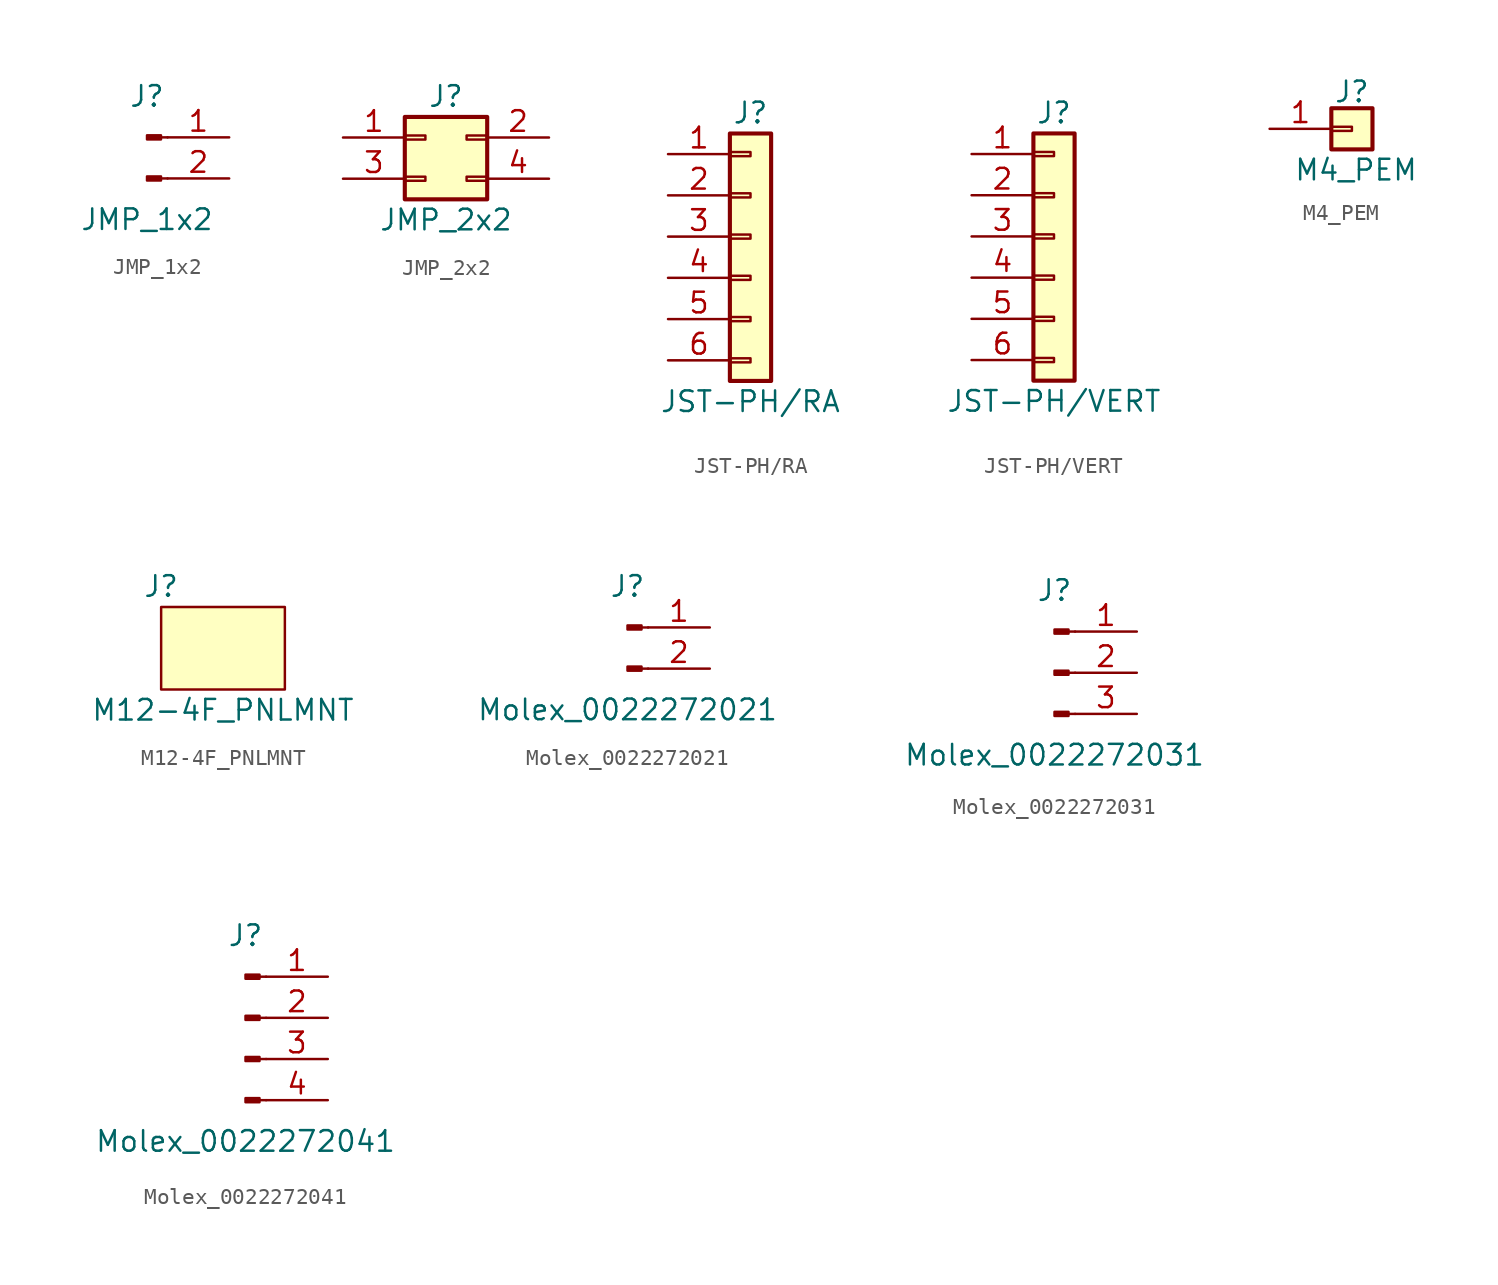
<source format=kicad_sym>
(kicad_symbol_lib
  (version 20231120)
  (generator "kicad_symbol_editor")
  (generator_version "8.0")
  (symbol "JMP_1x2"
    (pin_names
      (offset 1.016) hide)
    (property "Reference" "J"
      (at 0 2.54 0)
      (effects (font (size 1.27 1.27))))
    (property "Value" "JMP_1x2"
      (at 0 -5.08 0)
      (effects (font (size 1.27 1.27))))
    (symbol "JMP_1x2_1_1"
      (polyline (pts (xy 1.27 -2.54) (xy 0.864 -2.54)) (stroke (width 0.152) (type default)) (fill (type none)))
      (polyline (pts (xy 1.27 0) (xy 0.864 0)) (stroke (width 0.152) (type default)) (fill (type none)))
      (rectangle (start 0.864 -2.413) (end 0 -2.667) (stroke (width 0.152) (type default)) (fill (type outline)))
      (rectangle (start 0.864 0.127) (end 0 -0.127) (stroke (width 0.152) (type default)) (fill (type outline)))
      (pin passive line (at 5.08 0 180) (length 3.81) (name "Pin_1" (effects (font (size 1.27 1.27)))) (number "1" (effects (font (size 1.27 1.27)))))
      (pin passive line (at 5.08 -2.54 180) (length 3.81) (name "Pin_2" (effects (font (size 1.27 1.27)))) (number "2" (effects (font (size 1.27 1.27)))))))
  (symbol "JMP_2x2"
    (pin_names
      (offset 1.016) hide)
    (property "Reference" "J"
      (at 1.27 2.54 0)
      (effects (font (size 1.27 1.27))))
    (property "Value" "JMP_2x2"
      (at 1.27 -5.08 0)
      (effects (font (size 1.27 1.27))))
    (symbol "JMP_2x2_1_1"
      (rectangle (start -1.27 -2.413) (end 0 -2.667) (stroke (width 0.152) (type default)) (fill (type none)))
      (rectangle (start -1.27 0.127) (end 0 -0.127) (stroke (width 0.152) (type default)) (fill (type none)))
      (rectangle (start -1.27 1.27) (end 3.81 -3.81) (stroke (width 0.254) (type default)) (fill (type background)))
      (rectangle (start 3.81 -2.413) (end 2.54 -2.667) (stroke (width 0.152) (type default)) (fill (type none)))
      (rectangle (start 3.81 0.127) (end 2.54 -0.127) (stroke (width 0.152) (type default)) (fill (type none)))
      (pin passive line (at -5.08 0 0) (length 3.81) (name "Pin_1" (effects (font (size 1.27 1.27)))) (number "1" (effects (font (size 1.27 1.27)))))
      (pin passive line (at 7.62 0 180) (length 3.81) (name "Pin_2" (effects (font (size 1.27 1.27)))) (number "2" (effects (font (size 1.27 1.27)))))
      (pin passive line (at -5.08 -2.54 0) (length 3.81) (name "Pin_3" (effects (font (size 1.27 1.27)))) (number "3" (effects (font (size 1.27 1.27)))))
      (pin passive line (at 7.62 -2.54 180) (length 3.81) (name "Pin_4" (effects (font (size 1.27 1.27)))) (number "4" (effects (font (size 1.27 1.27)))))))
  (symbol "JST-PH/RA"
    (pin_names
      (offset 1.016) hide)
    (property "Reference" "J"
      (at 0 7.62 0)
      (effects (font (size 1.27 1.27))))
    (property "Value" "JST-PH{slash}RA"
      (at 0 -10.16 0)
      (effects (font (size 1.27 1.27))))
    (symbol "JST-PH/RA_1_1"
      (rectangle (start -1.27 -7.493) (end 0 -7.747) (stroke (width 0.152) (type default)) (fill (type none)))
      (rectangle (start -1.27 -4.953) (end 0 -5.207) (stroke (width 0.152) (type default)) (fill (type none)))
      (rectangle (start -1.27 -2.413) (end 0 -2.667) (stroke (width 0.152) (type default)) (fill (type none)))
      (rectangle (start -1.27 0.127) (end 0 -0.127) (stroke (width 0.152) (type default)) (fill (type none)))
      (rectangle (start -1.27 2.667) (end 0 2.413) (stroke (width 0.152) (type default)) (fill (type none)))
      (rectangle (start -1.27 5.207) (end 0 4.953) (stroke (width 0.152) (type default)) (fill (type none)))
      (rectangle (start -1.27 6.35) (end 1.27 -8.89) (stroke (width 0.254) (type default)) (fill (type background)))
      (pin passive line (at -5.08 5.08 0) (length 3.81) (name "Pin_1" (effects (font (size 1.27 1.27)))) (number "1" (effects (font (size 1.27 1.27)))))
      (pin passive line (at -5.08 2.54 0) (length 3.81) (name "Pin_2" (effects (font (size 1.27 1.27)))) (number "2" (effects (font (size 1.27 1.27)))))
      (pin passive line (at -5.08 0 0) (length 3.81) (name "Pin_3" (effects (font (size 1.27 1.27)))) (number "3" (effects (font (size 1.27 1.27)))))
      (pin passive line (at -5.08 -2.54 0) (length 3.81) (name "Pin_4" (effects (font (size 1.27 1.27)))) (number "4" (effects (font (size 1.27 1.27)))))
      (pin passive line (at -5.08 -5.08 0) (length 3.81) (name "Pin_5" (effects (font (size 1.27 1.27)))) (number "5" (effects (font (size 1.27 1.27)))))
      (pin passive line (at -5.08 -7.62 0) (length 3.81) (name "Pin_6" (effects (font (size 1.27 1.27)))) (number "6" (effects (font (size 1.27 1.27)))))))
  (symbol "JST-PH/VERT"
    (pin_names
      (offset 1.016) hide)
    (property "Reference" "J"
      (at 0 7.62 0)
      (effects (font (size 1.27 1.27))))
    (property "Value" "JST-PH{slash}VERT"
      (at 0 -10.16 0)
      (effects (font (size 1.27 1.27))))
    (symbol "JST-PH/VERT_1_1"
      (rectangle (start -1.27 -7.493) (end 0 -7.747) (stroke (width 0.152) (type default)) (fill (type none)))
      (rectangle (start -1.27 -4.953) (end 0 -5.207) (stroke (width 0.152) (type default)) (fill (type none)))
      (rectangle (start -1.27 -2.413) (end 0 -2.667) (stroke (width 0.152) (type default)) (fill (type none)))
      (rectangle (start -1.27 0.127) (end 0 -0.127) (stroke (width 0.152) (type default)) (fill (type none)))
      (rectangle (start -1.27 2.667) (end 0 2.413) (stroke (width 0.152) (type default)) (fill (type none)))
      (rectangle (start -1.27 5.207) (end 0 4.953) (stroke (width 0.152) (type default)) (fill (type none)))
      (rectangle (start -1.27 6.35) (end 1.27 -8.89) (stroke (width 0.254) (type default)) (fill (type background)))
      (pin passive line (at -5.08 5.08 0) (length 3.81) (name "Pin_1" (effects (font (size 1.27 1.27)))) (number "1" (effects (font (size 1.27 1.27)))))
      (pin passive line (at -5.08 2.54 0) (length 3.81) (name "Pin_2" (effects (font (size 1.27 1.27)))) (number "2" (effects (font (size 1.27 1.27)))))
      (pin passive line (at -5.08 0 0) (length 3.81) (name "Pin_3" (effects (font (size 1.27 1.27)))) (number "3" (effects (font (size 1.27 1.27)))))
      (pin passive line (at -5.08 -2.54 0) (length 3.81) (name "Pin_4" (effects (font (size 1.27 1.27)))) (number "4" (effects (font (size 1.27 1.27)))))
      (pin passive line (at -5.08 -5.08 0) (length 3.81) (name "Pin_5" (effects (font (size 1.27 1.27)))) (number "5" (effects (font (size 1.27 1.27)))))
      (pin passive line (at -5.08 -7.62 0) (length 3.81) (name "Pin_6" (effects (font (size 1.27 1.27)))) (number "6" (effects (font (size 1.27 1.27)))))))
  (symbol "M4_PEM"
    (pin_names
      (offset 1.016) hide)
    (property "Reference" "J"
      (at 0 2.286 0)
      (effects (font (size 1.27 1.27))))
    (property "Value" "M4_PEM"
      (at 0.254 -2.54 0)
      (effects (font (size 1.27 1.27))))
    (symbol "M4_PEM_1_1"
      (rectangle (start -1.27 0.127) (end 0 -0.127) (stroke (width 0.152) (type default)) (fill (type none)))
      (rectangle (start -1.27 1.27) (end 1.27 -1.27) (stroke (width 0.254) (type default)) (fill (type background)))
      (pin passive line (at -5.08 0 0) (length 3.81) (name "Pin_1" (effects (font (size 1.27 1.27)))) (number "1" (effects (font (size 1.27 1.27)))))))
  (symbol "M12-4F_PNLMNT"
    (property "Reference" "J"
      (at -3.81 3.81 0)
      (effects (font (size 1.27 1.27))))
    (property "Value" "M12-4F_PNLMNT"
      (at 0 -3.81 0)
      (effects (font (size 1.27 1.27))))
    (symbol "M12-4F_PNLMNT_0_1"
      (rectangle (start -3.81 2.54) (end 3.81 -2.54) (stroke (width 0) (type default)) (fill (type background)))))
  (symbol "Molex_0022272021"
    (pin_names
      (offset 1.016) hide)
    (property "Reference" "J"
      (at 0 2.54 0)
      (effects (font (size 1.27 1.27))))
    (property "Value" "Molex_0022272021"
      (at 0 -5.08 0)
      (effects (font (size 1.27 1.27))))
    (symbol "Molex_0022272021_1_1"
      (polyline (pts (xy 1.27 -2.54) (xy 0.864 -2.54)) (stroke (width 0.152) (type default)) (fill (type none)))
      (polyline (pts (xy 1.27 0) (xy 0.864 0)) (stroke (width 0.152) (type default)) (fill (type none)))
      (rectangle (start 0.864 -2.413) (end 0 -2.667) (stroke (width 0.152) (type default)) (fill (type outline)))
      (rectangle (start 0.864 0.127) (end 0 -0.127) (stroke (width 0.152) (type default)) (fill (type outline)))
      (pin passive line (at 5.08 0 180) (length 3.81) (name "Pin_1" (effects (font (size 1.27 1.27)))) (number "1" (effects (font (size 1.27 1.27)))))
      (pin passive line (at 5.08 -2.54 180) (length 3.81) (name "Pin_2" (effects (font (size 1.27 1.27)))) (number "2" (effects (font (size 1.27 1.27)))))))
  (symbol "Molex_0022272031"
    (pin_names
      (offset 1.016) hide)
    (property "Reference" "J"
      (at 0 5.08 0)
      (effects (font (size 1.27 1.27))))
    (property "Value" "Molex_0022272031"
      (at 0 -5.08 0)
      (effects (font (size 1.27 1.27))))
    (symbol "Molex_0022272031_1_1"
      (polyline (pts (xy 1.27 -2.54) (xy 0.864 -2.54)) (stroke (width 0.152) (type default)) (fill (type none)))
      (polyline (pts (xy 1.27 0) (xy 0.864 0)) (stroke (width 0.152) (type default)) (fill (type none)))
      (polyline (pts (xy 1.27 2.54) (xy 0.864 2.54)) (stroke (width 0.152) (type default)) (fill (type none)))
      (rectangle (start 0.864 -2.413) (end 0 -2.667) (stroke (width 0.152) (type default)) (fill (type outline)))
      (rectangle (start 0.864 0.127) (end 0 -0.127) (stroke (width 0.152) (type default)) (fill (type outline)))
      (rectangle (start 0.864 2.667) (end 0 2.413) (stroke (width 0.152) (type default)) (fill (type outline)))
      (pin passive line (at 5.08 2.54 180) (length 3.81) (name "Pin_1" (effects (font (size 1.27 1.27)))) (number "1" (effects (font (size 1.27 1.27)))))
      (pin passive line (at 5.08 0 180) (length 3.81) (name "Pin_2" (effects (font (size 1.27 1.27)))) (number "2" (effects (font (size 1.27 1.27)))))
      (pin passive line (at 5.08 -2.54 180) (length 3.81) (name "Pin_3" (effects (font (size 1.27 1.27)))) (number "3" (effects (font (size 1.27 1.27)))))))
  (symbol "Molex_0022272041"
    (pin_names
      (offset 1.016) hide)
    (property "Reference" "J"
      (at 0 5.08 0)
      (effects (font (size 1.27 1.27))))
    (property "Value" "Molex_0022272041"
      (at 0 -7.62 0)
      (effects (font (size 1.27 1.27))))
    (symbol "Molex_0022272041_1_1"
      (polyline (pts (xy 1.27 -5.08) (xy 0.864 -5.08)) (stroke (width 0.152) (type default)) (fill (type none)))
      (polyline (pts (xy 1.27 -2.54) (xy 0.864 -2.54)) (stroke (width 0.152) (type default)) (fill (type none)))
      (polyline (pts (xy 1.27 0) (xy 0.864 0)) (stroke (width 0.152) (type default)) (fill (type none)))
      (polyline (pts (xy 1.27 2.54) (xy 0.864 2.54)) (stroke (width 0.152) (type default)) (fill (type none)))
      (rectangle (start 0.864 -4.953) (end 0 -5.207) (stroke (width 0.152) (type default)) (fill (type outline)))
      (rectangle (start 0.864 -2.413) (end 0 -2.667) (stroke (width 0.152) (type default)) (fill (type outline)))
      (rectangle (start 0.864 0.127) (end 0 -0.127) (stroke (width 0.152) (type default)) (fill (type outline)))
      (rectangle (start 0.864 2.667) (end 0 2.413) (stroke (width 0.152) (type default)) (fill (type outline)))
      (pin passive line (at 5.08 2.54 180) (length 3.81) (name "Pin_1" (effects (font (size 1.27 1.27)))) (number "1" (effects (font (size 1.27 1.27)))))
      (pin passive line (at 5.08 0 180) (length 3.81) (name "Pin_2" (effects (font (size 1.27 1.27)))) (number "2" (effects (font (size 1.27 1.27)))))
      (pin passive line (at 5.08 -2.54 180) (length 3.81) (name "Pin_3" (effects (font (size 1.27 1.27)))) (number "3" (effects (font (size 1.27 1.27)))))
      (pin passive line (at 5.08 -5.08 180) (length 3.81) (name "Pin_4" (effects (font (size 1.27 1.27)))) (number "4" (effects (font (size 1.27 1.27))))))))
</source>
